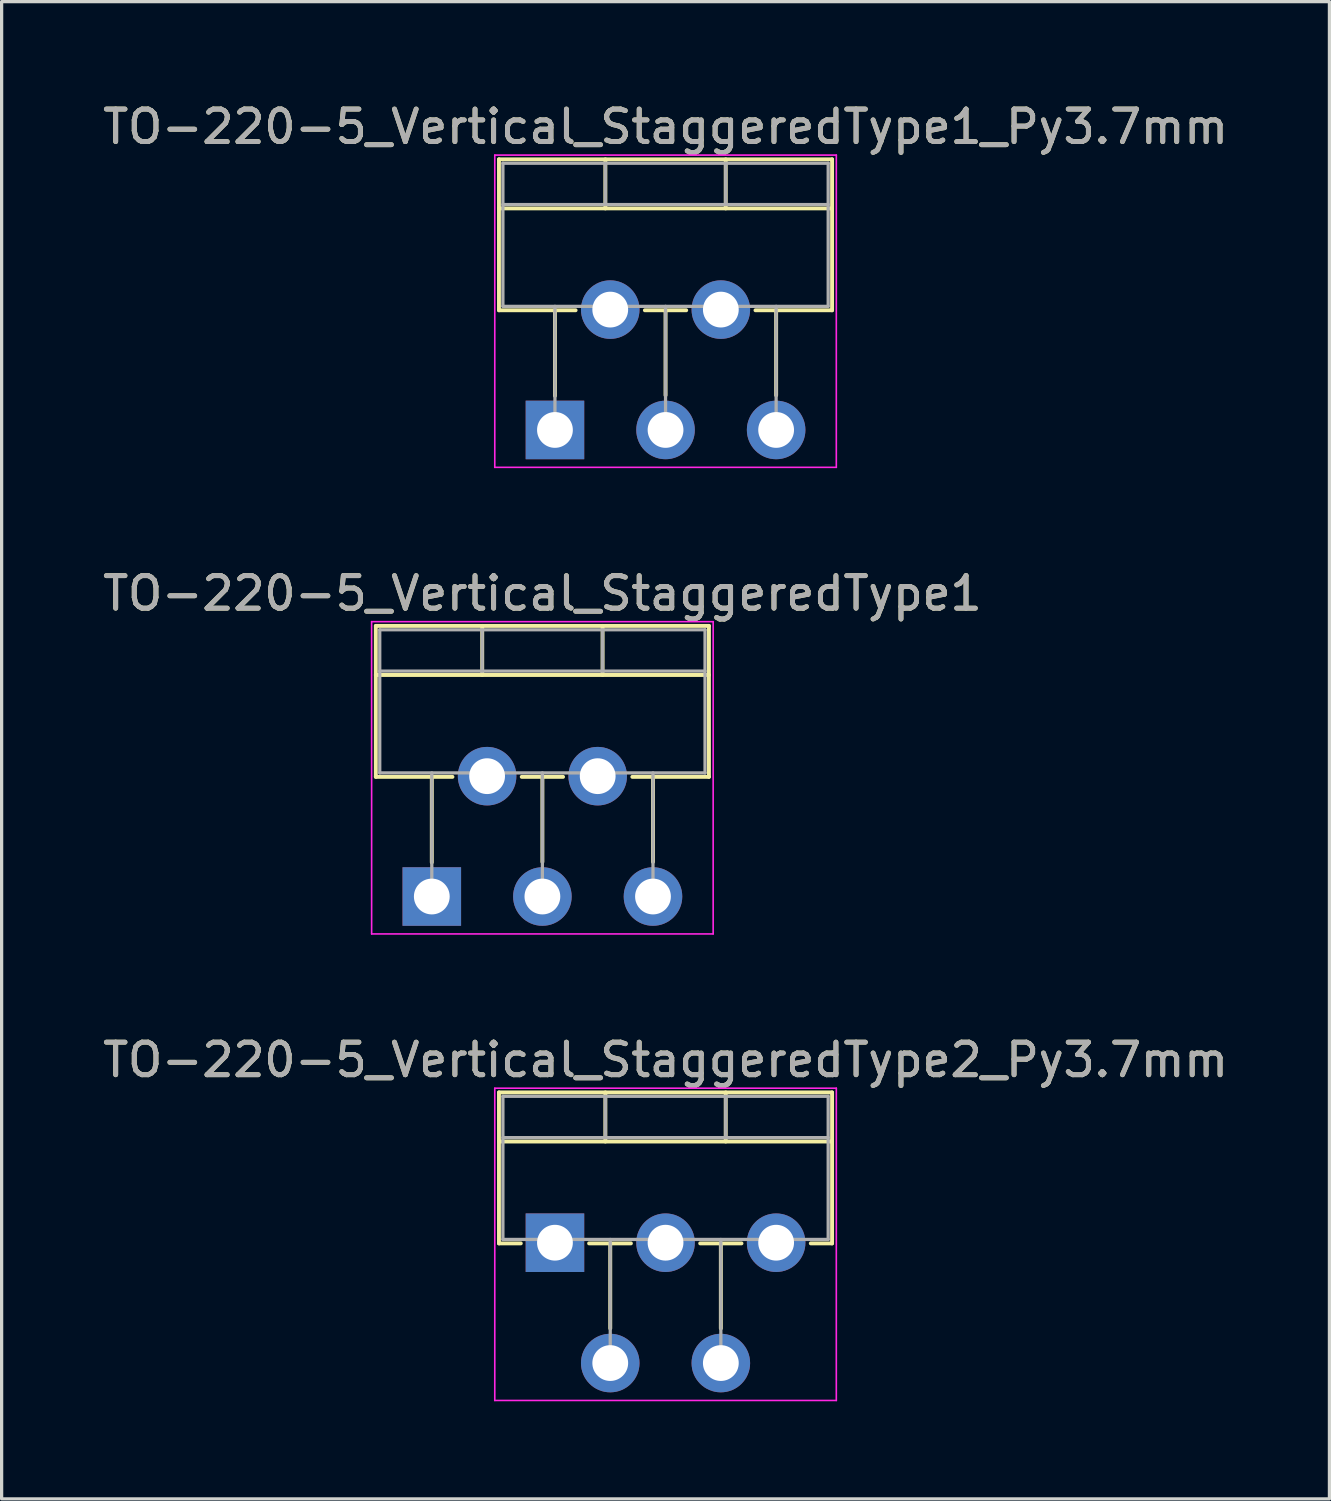
<source format=kicad_pcb>
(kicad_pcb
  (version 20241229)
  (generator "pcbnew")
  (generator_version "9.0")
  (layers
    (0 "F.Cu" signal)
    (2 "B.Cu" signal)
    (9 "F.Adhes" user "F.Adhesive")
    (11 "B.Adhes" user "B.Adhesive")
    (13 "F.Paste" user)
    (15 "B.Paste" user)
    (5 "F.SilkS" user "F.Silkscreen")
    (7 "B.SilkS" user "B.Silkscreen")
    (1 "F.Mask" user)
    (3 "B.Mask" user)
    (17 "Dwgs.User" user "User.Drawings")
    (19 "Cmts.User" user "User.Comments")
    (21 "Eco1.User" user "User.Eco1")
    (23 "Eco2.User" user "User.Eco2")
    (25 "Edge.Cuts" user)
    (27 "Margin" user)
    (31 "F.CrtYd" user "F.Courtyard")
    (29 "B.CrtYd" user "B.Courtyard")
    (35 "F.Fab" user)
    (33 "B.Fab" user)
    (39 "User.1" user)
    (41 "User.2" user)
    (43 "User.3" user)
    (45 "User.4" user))
  (footprint "TO-220-5_Vertical_StaggeredType1_Py3.7mm"
    (layer "F.Cu")
    (at 14.011 10.168)
    (property "Reference" "TO-220-5_Vertical_StaggeredType1_Py3.7mm" (at 3.4 -9.32 0) (layer "F.SilkS") (effects (font (size 1 1) (thickness 0.15))))
    (attr through_hole)
    (fp_line (start -1.721 -8.32) (end -1.721 -3.679) (stroke (width 0.12) (type solid)) (layer "F.SilkS"))
    (fp_line (start -1.721 -8.32) (end 8.52 -8.32) (stroke (width 0.12) (type solid)) (layer "F.SilkS"))
    (fp_line (start -1.721 -6.811) (end 8.52 -6.811) (stroke (width 0.12) (type solid)) (layer "F.SilkS"))
    (fp_line (start -1.721 -3.679) (end 0.635 -3.679) (stroke (width 0.12) (type solid)) (layer "F.SilkS"))
    (fp_line (start 0 -3.679) (end 0 -1.049) (stroke (width 0.12) (type solid)) (layer "F.SilkS"))
    (fp_line (start 1.55 -8.32) (end 1.55 -6.811) (stroke (width 0.12) (type solid)) (layer "F.SilkS"))
    (fp_line (start 2.765 -3.679) (end 4.035 -3.679) (stroke (width 0.12) (type solid)) (layer "F.SilkS"))
    (fp_line (start 3.4 -3.679) (end 3.4 -1.065) (stroke (width 0.12) (type solid)) (layer "F.SilkS"))
    (fp_line (start 5.25 -8.32) (end 5.25 -6.811) (stroke (width 0.12) (type solid)) (layer "F.SilkS"))
    (fp_line (start 6.165 -3.679) (end 8.52 -3.679) (stroke (width 0.12) (type solid)) (layer "F.SilkS"))
    (fp_line (start 6.8 -3.679) (end 6.8 -1.065) (stroke (width 0.12) (type solid)) (layer "F.SilkS"))
    (fp_line (start 8.52 -8.32) (end 8.52 -3.679) (stroke (width 0.12) (type solid)) (layer "F.SilkS"))
    (fp_line (start -1.85 -8.45) (end -1.85 1.15) (stroke (width 0.05) (type solid)) (layer "F.CrtYd"))
    (fp_line (start -1.85 1.15) (end 8.65 1.15) (stroke (width 0.05) (type solid)) (layer "F.CrtYd"))
    (fp_line (start 8.65 -8.45) (end -1.85 -8.45) (stroke (width 0.05) (type solid)) (layer "F.CrtYd"))
    (fp_line (start 8.65 1.15) (end 8.65 -8.45) (stroke (width 0.05) (type solid)) (layer "F.CrtYd"))
    (fp_line (start -1.6 -8.2) (end -1.6 -3.8) (stroke (width 0.1) (type solid)) (layer "F.Fab"))
    (fp_line (start -1.6 -6.93) (end 8.4 -6.93) (stroke (width 0.1) (type solid)) (layer "F.Fab"))
    (fp_line (start -1.6 -3.8) (end 8.4 -3.8) (stroke (width 0.1) (type solid)) (layer "F.Fab"))
    (fp_line (start 0 -3.8) (end 0 0) (stroke (width 0.1) (type solid)) (layer "F.Fab"))
    (fp_line (start 1.55 -8.2) (end 1.55 -6.93) (stroke (width 0.1) (type solid)) (layer "F.Fab"))
    (fp_line (start 1.7 -3.8) (end 1.7 -3.7) (stroke (width 0.1) (type solid)) (layer "F.Fab"))
    (fp_line (start 3.4 -3.8) (end 3.4 0) (stroke (width 0.1) (type solid)) (layer "F.Fab"))
    (fp_line (start 5.1 -3.8) (end 5.1 -3.7) (stroke (width 0.1) (type solid)) (layer "F.Fab"))
    (fp_line (start 5.25 -8.2) (end 5.25 -6.93) (stroke (width 0.1) (type solid)) (layer "F.Fab"))
    (fp_line (start 6.8 -3.8) (end 6.8 0) (stroke (width 0.1) (type solid)) (layer "F.Fab"))
    (fp_line (start 8.4 -8.2) (end -1.6 -8.2) (stroke (width 0.1) (type solid)) (layer "F.Fab"))
    (fp_line (start 8.4 -3.8) (end 8.4 -8.2) (stroke (width 0.1) (type solid)) (layer "F.Fab"))
    (fp_text user "${REFERENCE}" (at 3.4 -9.32 0) (layer "F.Fab") (effects (font (size 1 1) (thickness 0.15))))
    (pad "1" thru_hole rect (at 0 0) (size 1.8 1.8) (drill 1.1) (layers "*.Cu" "*.Mask"))
    (pad "2" thru_hole oval (at 1.7 -3.7) (size 1.8 1.8) (drill 1.1) (layers "*.Cu" "*.Mask"))
    (pad "3" thru_hole oval (at 3.4 0) (size 1.8 1.8) (drill 1.1) (layers "*.Cu" "*.Mask"))
    (pad "4" thru_hole oval (at 5.1 -3.7) (size 1.8 1.8) (drill 1.1) (layers "*.Cu" "*.Mask"))
    (pad "5" thru_hole oval (at 6.8 0) (size 1.8 1.8) (drill 1.1) (layers "*.Cu" "*.Mask")))
  (footprint "TO-220-5_Vertical_StaggeredType2_Py3.7mm"
    (layer "F.Cu")
    (at 14.011 35.155)
    (property "Reference" "TO-220-5_Vertical_StaggeredType2_Py3.7mm" (at 3.4 -5.62 0) (layer "F.SilkS") (effects (font (size 1 1) (thickness 0.15))))
    (attr through_hole)
    (fp_line (start -1.721 -4.62) (end -1.721 0.021) (stroke (width 0.12) (type solid)) (layer "F.SilkS"))
    (fp_line (start -1.721 -4.62) (end 8.52 -4.62) (stroke (width 0.12) (type solid)) (layer "F.SilkS"))
    (fp_line (start -1.721 -3.111) (end 8.52 -3.111) (stroke (width 0.12) (type solid)) (layer "F.SilkS"))
    (fp_line (start -1.721 0.021) (end -1.05 0.021) (stroke (width 0.12) (type solid)) (layer "F.SilkS"))
    (fp_line (start 1.05 0.021) (end 2.335 0.021) (stroke (width 0.12) (type solid)) (layer "F.SilkS"))
    (fp_line (start 1.55 -4.62) (end 1.55 -3.111) (stroke (width 0.12) (type solid)) (layer "F.SilkS"))
    (fp_line (start 1.7 0.021) (end 1.7 2.635) (stroke (width 0.12) (type solid)) (layer "F.SilkS"))
    (fp_line (start 4.465 0.021) (end 5.735 0.021) (stroke (width 0.12) (type solid)) (layer "F.SilkS"))
    (fp_line (start 5.1 0.021) (end 5.1 2.635) (stroke (width 0.12) (type solid)) (layer "F.SilkS"))
    (fp_line (start 5.25 -4.62) (end 5.25 -3.111) (stroke (width 0.12) (type solid)) (layer "F.SilkS"))
    (fp_line (start 7.865 0.021) (end 8.52 0.021) (stroke (width 0.12) (type solid)) (layer "F.SilkS"))
    (fp_line (start 8.52 -4.62) (end 8.52 0.021) (stroke (width 0.12) (type solid)) (layer "F.SilkS"))
    (fp_line (start -1.85 -4.75) (end -1.85 4.85) (stroke (width 0.05) (type solid)) (layer "F.CrtYd"))
    (fp_line (start -1.85 4.85) (end 8.65 4.85) (stroke (width 0.05) (type solid)) (layer "F.CrtYd"))
    (fp_line (start 8.65 -4.75) (end -1.85 -4.75) (stroke (width 0.05) (type solid)) (layer "F.CrtYd"))
    (fp_line (start 8.65 4.85) (end 8.65 -4.75) (stroke (width 0.05) (type solid)) (layer "F.CrtYd"))
    (fp_line (start -1.6 -4.5) (end -1.6 -0.1) (stroke (width 0.1) (type solid)) (layer "F.Fab"))
    (fp_line (start -1.6 -3.23) (end 8.4 -3.23) (stroke (width 0.1) (type solid)) (layer "F.Fab"))
    (fp_line (start -1.6 -0.1) (end 8.4 -0.1) (stroke (width 0.1) (type solid)) (layer "F.Fab"))
    (fp_line (start 0 -0.1) (end 0 0) (stroke (width 0.1) (type solid)) (layer "F.Fab"))
    (fp_line (start 1.55 -4.5) (end 1.55 -3.23) (stroke (width 0.1) (type solid)) (layer "F.Fab"))
    (fp_line (start 1.7 -0.1) (end 1.7 3.7) (stroke (width 0.1) (type solid)) (layer "F.Fab"))
    (fp_line (start 3.4 -0.1) (end 3.4 0) (stroke (width 0.1) (type solid)) (layer "F.Fab"))
    (fp_line (start 5.1 -0.1) (end 5.1 3.7) (stroke (width 0.1) (type solid)) (layer "F.Fab"))
    (fp_line (start 5.25 -4.5) (end 5.25 -3.23) (stroke (width 0.1) (type solid)) (layer "F.Fab"))
    (fp_line (start 6.8 -0.1) (end 6.8 0) (stroke (width 0.1) (type solid)) (layer "F.Fab"))
    (fp_line (start 8.4 -4.5) (end -1.6 -4.5) (stroke (width 0.1) (type solid)) (layer "F.Fab"))
    (fp_line (start 8.4 -0.1) (end 8.4 -4.5) (stroke (width 0.1) (type solid)) (layer "F.Fab"))
    (fp_text user "${REFERENCE}" (at 3.4 -5.62 0) (layer "F.Fab") (effects (font (size 1 1) (thickness 0.15))))
    (pad "1" thru_hole rect (at 0 0) (size 1.8 1.8) (drill 1.1) (layers "*.Cu" "*.Mask"))
    (pad "2" thru_hole oval (at 1.7 3.7) (size 1.8 1.8) (drill 1.1) (layers "*.Cu" "*.Mask"))
    (pad "3" thru_hole oval (at 3.4 0) (size 1.8 1.8) (drill 1.1) (layers "*.Cu" "*.Mask"))
    (pad "4" thru_hole oval (at 5.1 3.7) (size 1.8 1.8) (drill 1.1) (layers "*.Cu" "*.Mask"))
    (pad "5" thru_hole oval (at 6.8 0) (size 1.8 1.8) (drill 1.1) (layers "*.Cu" "*.Mask")))
  (footprint "TO-220-5_Vertical_StaggeredType1"
    (layer "F.Cu")
    (at 10.225 24.512)
    (property "Reference" "TO-220-5_Vertical_StaggeredType1" (at 3.4 -9.32 0) (layer "F.SilkS") (effects (font (size 1 1) (thickness 0.15))))
    (attr through_hole)
    (fp_line (start -1.721 -8.32) (end -1.721 -3.679) (stroke (width 0.12) (type solid)) (layer "F.SilkS"))
    (fp_line (start -1.721 -8.32) (end 8.52 -8.32) (stroke (width 0.12) (type solid)) (layer "F.SilkS"))
    (fp_line (start -1.721 -6.811) (end 8.52 -6.811) (stroke (width 0.12) (type solid)) (layer "F.SilkS"))
    (fp_line (start -1.721 -3.679) (end 0.635 -3.679) (stroke (width 0.12) (type solid)) (layer "F.SilkS"))
    (fp_line (start 0 -3.679) (end 0 -1.049) (stroke (width 0.12) (type solid)) (layer "F.SilkS"))
    (fp_line (start 1.55 -8.32) (end 1.55 -6.811) (stroke (width 0.12) (type solid)) (layer "F.SilkS"))
    (fp_line (start 2.765 -3.679) (end 4.035 -3.679) (stroke (width 0.12) (type solid)) (layer "F.SilkS"))
    (fp_line (start 3.4 -3.679) (end 3.4 -1.065) (stroke (width 0.12) (type solid)) (layer "F.SilkS"))
    (fp_line (start 5.25 -8.32) (end 5.25 -6.811) (stroke (width 0.12) (type solid)) (layer "F.SilkS"))
    (fp_line (start 6.165 -3.679) (end 8.52 -3.679) (stroke (width 0.12) (type solid)) (layer "F.SilkS"))
    (fp_line (start 6.8 -3.679) (end 6.8 -1.065) (stroke (width 0.12) (type solid)) (layer "F.SilkS"))
    (fp_line (start 8.52 -8.32) (end 8.52 -3.679) (stroke (width 0.12) (type solid)) (layer "F.SilkS"))
    (fp_line (start -1.85 -8.45) (end -1.85 1.15) (stroke (width 0.05) (type solid)) (layer "F.CrtYd"))
    (fp_line (start -1.85 1.15) (end 8.65 1.15) (stroke (width 0.05) (type solid)) (layer "F.CrtYd"))
    (fp_line (start 8.65 -8.45) (end -1.85 -8.45) (stroke (width 0.05) (type solid)) (layer "F.CrtYd"))
    (fp_line (start 8.65 1.15) (end 8.65 -8.45) (stroke (width 0.05) (type solid)) (layer "F.CrtYd"))
    (fp_line (start -1.6 -8.2) (end -1.6 -3.8) (stroke (width 0.1) (type solid)) (layer "F.Fab"))
    (fp_line (start -1.6 -6.93) (end 8.4 -6.93) (stroke (width 0.1) (type solid)) (layer "F.Fab"))
    (fp_line (start -1.6 -3.8) (end 8.4 -3.8) (stroke (width 0.1) (type solid)) (layer "F.Fab"))
    (fp_line (start 0 -3.8) (end 0 0) (stroke (width 0.1) (type solid)) (layer "F.Fab"))
    (fp_line (start 1.55 -8.2) (end 1.55 -6.93) (stroke (width 0.1) (type solid)) (layer "F.Fab"))
    (fp_line (start 1.7 -3.8) (end 1.7 -3.7) (stroke (width 0.1) (type solid)) (layer "F.Fab"))
    (fp_line (start 3.4 -3.8) (end 3.4 0) (stroke (width 0.1) (type solid)) (layer "F.Fab"))
    (fp_line (start 5.1 -3.8) (end 5.1 -3.7) (stroke (width 0.1) (type solid)) (layer "F.Fab"))
    (fp_line (start 5.25 -8.2) (end 5.25 -6.93) (stroke (width 0.1) (type solid)) (layer "F.Fab"))
    (fp_line (start 6.8 -3.8) (end 6.8 0) (stroke (width 0.1) (type solid)) (layer "F.Fab"))
    (fp_line (start 8.4 -8.2) (end -1.6 -8.2) (stroke (width 0.1) (type solid)) (layer "F.Fab"))
    (fp_line (start 8.4 -3.8) (end 8.4 -8.2) (stroke (width 0.1) (type solid)) (layer "F.Fab"))
    (fp_text user "${REFERENCE}" (at 3.4 -9.32 0) (layer "F.Fab") (effects (font (size 1 1) (thickness 0.15))))
    (pad "1" thru_hole rect (at 0 0) (size 1.8 1.8) (drill 1.1) (layers "*.Cu" "*.Mask"))
    (pad "2" thru_hole oval (at 1.7 -3.7) (size 1.8 1.8) (drill 1.1) (layers "*.Cu" "*.Mask"))
    (pad "3" thru_hole oval (at 3.4 0) (size 1.8 1.8) (drill 1.1) (layers "*.Cu" "*.Mask"))
    (pad "4" thru_hole oval (at 5.1 -3.7) (size 1.8 1.8) (drill 1.1) (layers "*.Cu" "*.Mask"))
    (pad "5" thru_hole oval (at 6.8 0) (size 1.8 1.8) (drill 1.1) (layers "*.Cu" "*.Mask")))
  (gr_rect
    (start -3 -3)
    (end 37.821 43.03)
    (stroke (width 0.1) (type default))
    (fill no)
    (layer "Edge.Cuts")))
</source>
